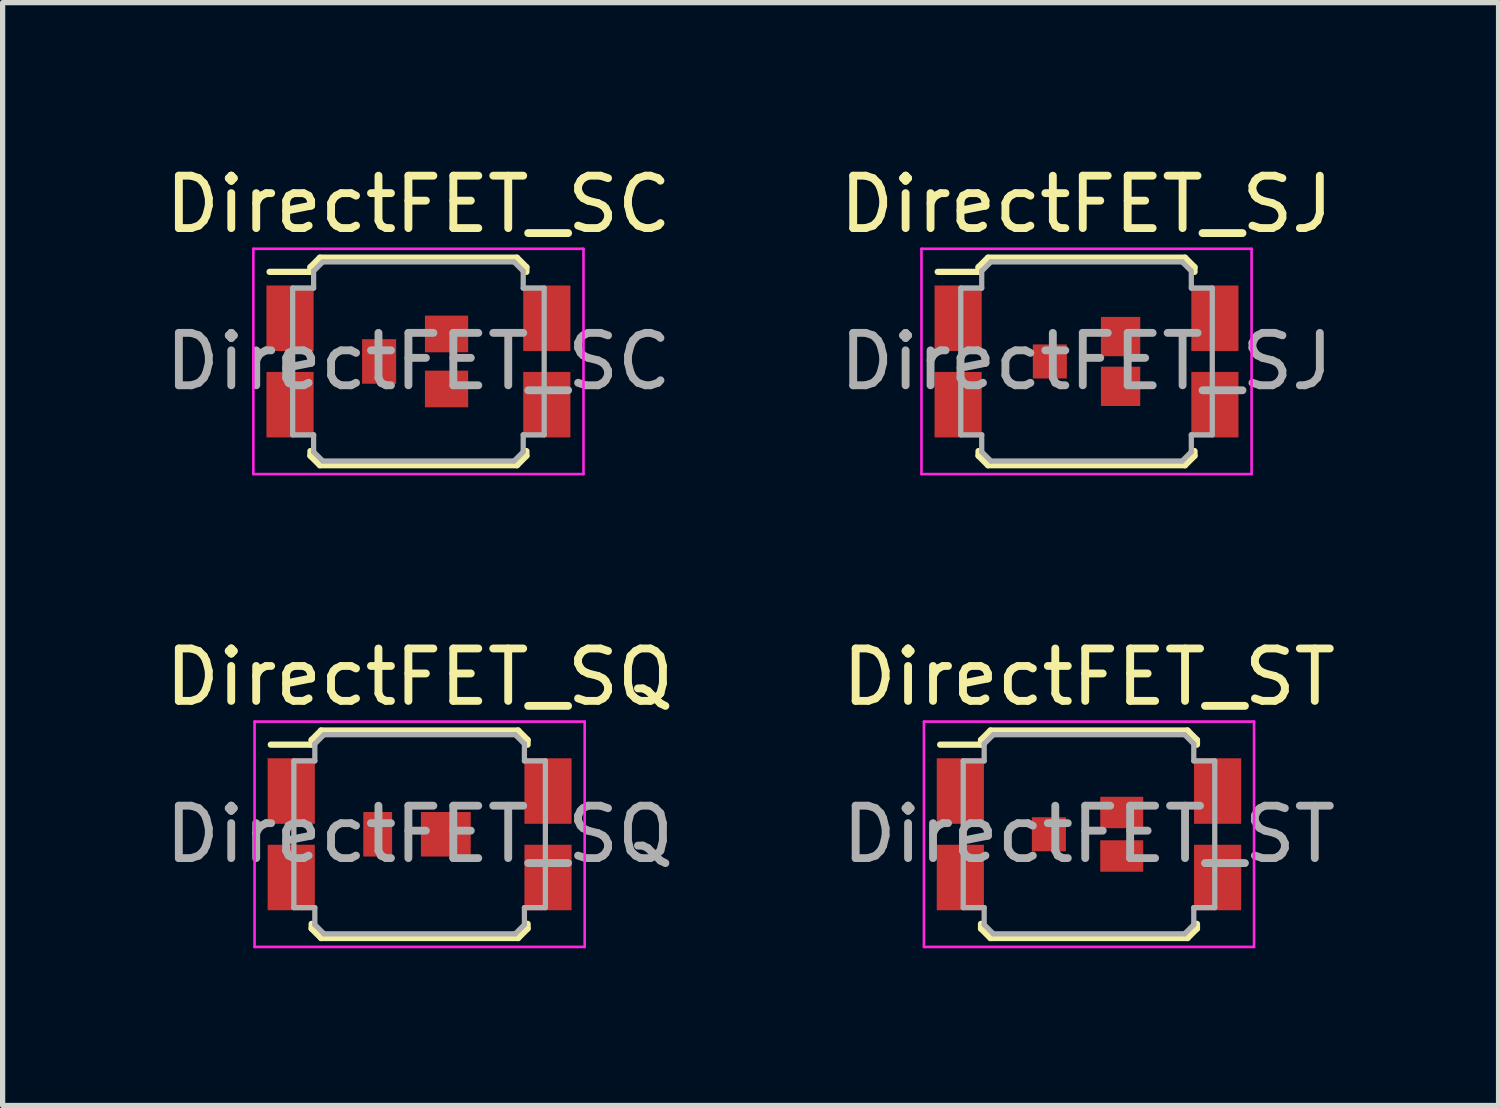
<source format=kicad_pcb>
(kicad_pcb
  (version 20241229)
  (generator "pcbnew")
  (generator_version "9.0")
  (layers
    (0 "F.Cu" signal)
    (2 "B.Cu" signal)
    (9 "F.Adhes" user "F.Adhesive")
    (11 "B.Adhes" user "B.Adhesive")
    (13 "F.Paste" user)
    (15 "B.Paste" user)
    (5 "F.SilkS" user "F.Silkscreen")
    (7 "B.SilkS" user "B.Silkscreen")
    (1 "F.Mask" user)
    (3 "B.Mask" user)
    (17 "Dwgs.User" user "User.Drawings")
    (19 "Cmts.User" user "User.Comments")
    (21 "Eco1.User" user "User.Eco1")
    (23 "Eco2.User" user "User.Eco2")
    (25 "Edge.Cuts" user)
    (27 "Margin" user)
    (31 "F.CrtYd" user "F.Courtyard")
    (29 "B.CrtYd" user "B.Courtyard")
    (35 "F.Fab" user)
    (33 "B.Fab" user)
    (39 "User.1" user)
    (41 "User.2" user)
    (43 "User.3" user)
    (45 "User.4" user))
  (footprint "DirectFET_ST"
    (layer "F.Cu")
    (at 17.732 12.871)
    (property "Reference" "DirectFET_ST" (at 0 -3 0) (layer "F.SilkS") (effects (font (size 1 1) (thickness 0.15))))
    (attr smd)
    (fp_line (start -2.84 -1.71) (end -2.06 -1.71) (stroke (width 0.12) (type solid)) (layer "F.SilkS"))
    (fp_line (start -2.06 -1.8) (end -1.88 -1.98) (stroke (width 0.12) (type solid)) (layer "F.SilkS"))
    (fp_line (start -2.06 -1.71) (end -2.06 -1.8) (stroke (width 0.12) (type solid)) (layer "F.SilkS"))
    (fp_line (start -2.06 1.71) (end -2.06 1.8) (stroke (width 0.12) (type solid)) (layer "F.SilkS"))
    (fp_line (start -2.06 1.8) (end -1.88 1.98) (stroke (width 0.12) (type solid)) (layer "F.SilkS"))
    (fp_line (start -1.88 -1.98) (end 1.88 -1.98) (stroke (width 0.12) (type solid)) (layer "F.SilkS"))
    (fp_line (start -1.88 1.98) (end 1.88 1.98) (stroke (width 0.12) (type solid)) (layer "F.SilkS"))
    (fp_line (start 2.06 -1.8) (end 1.88 -1.98) (stroke (width 0.12) (type solid)) (layer "F.SilkS"))
    (fp_line (start 2.06 -1.71) (end 2.06 -1.8) (stroke (width 0.12) (type solid)) (layer "F.SilkS"))
    (fp_line (start 2.06 1.71) (end 2.06 1.8) (stroke (width 0.12) (type solid)) (layer "F.SilkS"))
    (fp_line (start 2.06 1.8) (end 1.88 1.98) (stroke (width 0.12) (type solid)) (layer "F.SilkS"))
    (fp_line (start -3.15 -2.15) (end -3.15 2.15) (stroke (width 0.05) (type solid)) (layer "F.CrtYd"))
    (fp_line (start -3.15 -2.15) (end 3.15 -2.15) (stroke (width 0.05) (type solid)) (layer "F.CrtYd"))
    (fp_line (start -3.15 2.15) (end 3.15 2.15) (stroke (width 0.05) (type solid)) (layer "F.CrtYd"))
    (fp_line (start 3.15 -2.15) (end 3.15 2.15) (stroke (width 0.05) (type solid)) (layer "F.CrtYd"))
    (fp_line (start -2.4 -1.4) (end -2 -1.4) (stroke (width 0.1) (type solid)) (layer "F.Fab"))
    (fp_line (start -2.4 1.4) (end -2.4 -1.4) (stroke (width 0.1) (type solid)) (layer "F.Fab"))
    (fp_line (start -2.4 1.4) (end -2 1.4) (stroke (width 0.1) (type solid)) (layer "F.Fab"))
    (fp_line (start -2 -1.725) (end -1.825 -1.9) (stroke (width 0.1) (type solid)) (layer "F.Fab"))
    (fp_line (start -2 -1.4) (end -2 -1.725) (stroke (width 0.1) (type solid)) (layer "F.Fab"))
    (fp_line (start -2 1.4) (end -2 1.725) (stroke (width 0.1) (type solid)) (layer "F.Fab"))
    (fp_line (start -2 1.725) (end -1.825 1.9) (stroke (width 0.1) (type solid)) (layer "F.Fab"))
    (fp_line (start -1.825 -1.9) (end 1.825 -1.9) (stroke (width 0.1) (type solid)) (layer "F.Fab"))
    (fp_line (start -1.825 1.9) (end 1.825 1.9) (stroke (width 0.1) (type solid)) (layer "F.Fab"))
    (fp_line (start 1.825 -1.9) (end 2 -1.725) (stroke (width 0.1) (type solid)) (layer "F.Fab"))
    (fp_line (start 1.825 1.9) (end 2 1.725) (stroke (width 0.1) (type solid)) (layer "F.Fab"))
    (fp_line (start 2 -1.4) (end 2 -1.725) (stroke (width 0.1) (type solid)) (layer "F.Fab"))
    (fp_line (start 2 1.4) (end 2 1.725) (stroke (width 0.1) (type solid)) (layer "F.Fab"))
    (fp_line (start 2.4 -1.4) (end 2 -1.4) (stroke (width 0.1) (type solid)) (layer "F.Fab"))
    (fp_line (start 2.4 1.4) (end 2 1.4) (stroke (width 0.1) (type solid)) (layer "F.Fab"))
    (fp_line (start 2.4 1.4) (end 2.4 -1.4) (stroke (width 0.1) (type solid)) (layer "F.Fab"))
    (fp_text user "${REFERENCE}" (at 0 0 0) (layer "F.Fab") (effects (font (size 1 1) (thickness 0.15))))
    (pad "1" smd rect (at -2.455 -0.825) (size 0.9 1.25) (layers "F.Cu" "F.Mask" "F.Paste"))
    (pad "1" smd rect (at -2.455 0.825) (size 0.9 1.25) (layers "F.Cu" "F.Mask" "F.Paste"))
    (pad "1" smd rect (at 2.455 -0.825) (size 0.9 1.25) (layers "F.Cu" "F.Mask" "F.Paste"))
    (pad "1" smd rect (at 2.455 0.825) (size 0.9 1.25) (layers "F.Cu" "F.Mask" "F.Paste"))
    (pad "2" smd rect (at -0.765 0) (size 0.65 0.65) (layers "F.Cu" "F.Mask" "F.Paste"))
    (pad "3" smd rect (at 0.625 -0.415) (size 0.82 0.6) (layers "F.Cu" "F.Mask" "F.Paste"))
    (pad "3" smd rect (at 0.625 0.415) (size 0.82 0.6) (layers "F.Cu" "F.Mask" "F.Paste")))
  (footprint "DirectFET_SQ"
    (layer "F.Cu")
    (at 4.958 12.871)
    (property "Reference" "DirectFET_SQ" (at 0 -3 0) (layer "F.SilkS") (effects (font (size 1 1) (thickness 0.15))))
    (attr smd)
    (fp_line (start -2.84 -1.71) (end -2.06 -1.71) (stroke (width 0.12) (type solid)) (layer "F.SilkS"))
    (fp_line (start -2.06 -1.8) (end -1.88 -1.98) (stroke (width 0.12) (type solid)) (layer "F.SilkS"))
    (fp_line (start -2.06 -1.71) (end -2.06 -1.8) (stroke (width 0.12) (type solid)) (layer "F.SilkS"))
    (fp_line (start -2.06 1.71) (end -2.06 1.8) (stroke (width 0.12) (type solid)) (layer "F.SilkS"))
    (fp_line (start -2.06 1.8) (end -1.88 1.98) (stroke (width 0.12) (type solid)) (layer "F.SilkS"))
    (fp_line (start -1.88 -1.98) (end 1.88 -1.98) (stroke (width 0.12) (type solid)) (layer "F.SilkS"))
    (fp_line (start -1.88 1.98) (end 1.88 1.98) (stroke (width 0.12) (type solid)) (layer "F.SilkS"))
    (fp_line (start 2.06 -1.8) (end 1.88 -1.98) (stroke (width 0.12) (type solid)) (layer "F.SilkS"))
    (fp_line (start 2.06 -1.71) (end 2.06 -1.8) (stroke (width 0.12) (type solid)) (layer "F.SilkS"))
    (fp_line (start 2.06 1.71) (end 2.06 1.8) (stroke (width 0.12) (type solid)) (layer "F.SilkS"))
    (fp_line (start 2.06 1.8) (end 1.88 1.98) (stroke (width 0.12) (type solid)) (layer "F.SilkS"))
    (fp_line (start -3.15 -2.15) (end -3.15 2.15) (stroke (width 0.05) (type solid)) (layer "F.CrtYd"))
    (fp_line (start -3.15 -2.15) (end 3.15 -2.15) (stroke (width 0.05) (type solid)) (layer "F.CrtYd"))
    (fp_line (start -3.15 2.15) (end 3.15 2.15) (stroke (width 0.05) (type solid)) (layer "F.CrtYd"))
    (fp_line (start 3.15 -2.15) (end 3.15 2.15) (stroke (width 0.05) (type solid)) (layer "F.CrtYd"))
    (fp_line (start -2.4 -1.4) (end -2 -1.4) (stroke (width 0.1) (type solid)) (layer "F.Fab"))
    (fp_line (start -2.4 1.4) (end -2.4 -1.4) (stroke (width 0.1) (type solid)) (layer "F.Fab"))
    (fp_line (start -2.4 1.4) (end -2 1.4) (stroke (width 0.1) (type solid)) (layer "F.Fab"))
    (fp_line (start -2 -1.725) (end -1.825 -1.9) (stroke (width 0.1) (type solid)) (layer "F.Fab"))
    (fp_line (start -2 -1.4) (end -2 -1.725) (stroke (width 0.1) (type solid)) (layer "F.Fab"))
    (fp_line (start -2 1.4) (end -2 1.725) (stroke (width 0.1) (type solid)) (layer "F.Fab"))
    (fp_line (start -2 1.725) (end -1.825 1.9) (stroke (width 0.1) (type solid)) (layer "F.Fab"))
    (fp_line (start -1.825 -1.9) (end 1.825 -1.9) (stroke (width 0.1) (type solid)) (layer "F.Fab"))
    (fp_line (start -1.825 1.9) (end 1.825 1.9) (stroke (width 0.1) (type solid)) (layer "F.Fab"))
    (fp_line (start 1.825 -1.9) (end 2 -1.725) (stroke (width 0.1) (type solid)) (layer "F.Fab"))
    (fp_line (start 1.825 1.9) (end 2 1.725) (stroke (width 0.1) (type solid)) (layer "F.Fab"))
    (fp_line (start 2 -1.4) (end 2 -1.725) (stroke (width 0.1) (type solid)) (layer "F.Fab"))
    (fp_line (start 2 1.4) (end 2 1.725) (stroke (width 0.1) (type solid)) (layer "F.Fab"))
    (fp_line (start 2.4 -1.4) (end 2 -1.4) (stroke (width 0.1) (type solid)) (layer "F.Fab"))
    (fp_line (start 2.4 1.4) (end 2 1.4) (stroke (width 0.1) (type solid)) (layer "F.Fab"))
    (fp_line (start 2.4 1.4) (end 2.4 -1.4) (stroke (width 0.1) (type solid)) (layer "F.Fab"))
    (fp_text user "${REFERENCE}" (at 0 0 0) (layer "F.Fab") (effects (font (size 1 1) (thickness 0.15))))
    (pad "1" smd rect (at -2.45 -0.825) (size 0.9 1.25) (layers "F.Cu" "F.Mask" "F.Paste"))
    (pad "1" smd rect (at -2.45 0.825) (size 0.9 1.25) (layers "F.Cu" "F.Mask" "F.Paste"))
    (pad "1" smd rect (at 2.45 -0.825) (size 0.9 1.25) (layers "F.Cu" "F.Mask" "F.Paste"))
    (pad "1" smd rect (at 2.45 0.825) (size 0.9 1.25) (layers "F.Cu" "F.Mask" "F.Paste"))
    (pad "2" smd rect (at -0.8 0) (size 0.55 0.85) (layers "F.Cu" "F.Mask" "F.Paste"))
    (pad "3" smd rect (at 0.5 0) (size 0.95 0.85) (layers "F.Cu" "F.Mask" "F.Paste")))
  (footprint "DirectFET_SJ"
    (layer "F.Cu")
    (at 17.685 3.848)
    (property "Reference" "DirectFET_SJ" (at 0 -3 0) (layer "F.SilkS") (effects (font (size 1 1) (thickness 0.15))))
    (attr smd)
    (fp_line (start -2.84 -1.71) (end -2.06 -1.71) (stroke (width 0.12) (type solid)) (layer "F.SilkS"))
    (fp_line (start -2.06 -1.8) (end -1.88 -1.98) (stroke (width 0.12) (type solid)) (layer "F.SilkS"))
    (fp_line (start -2.06 -1.71) (end -2.06 -1.8) (stroke (width 0.12) (type solid)) (layer "F.SilkS"))
    (fp_line (start -2.06 1.71) (end -2.06 1.8) (stroke (width 0.12) (type solid)) (layer "F.SilkS"))
    (fp_line (start -2.06 1.8) (end -1.88 1.98) (stroke (width 0.12) (type solid)) (layer "F.SilkS"))
    (fp_line (start -1.88 -1.98) (end 1.88 -1.98) (stroke (width 0.12) (type solid)) (layer "F.SilkS"))
    (fp_line (start -1.88 1.98) (end 1.88 1.98) (stroke (width 0.12) (type solid)) (layer "F.SilkS"))
    (fp_line (start 2.06 -1.8) (end 1.88 -1.98) (stroke (width 0.12) (type solid)) (layer "F.SilkS"))
    (fp_line (start 2.06 -1.71) (end 2.06 -1.8) (stroke (width 0.12) (type solid)) (layer "F.SilkS"))
    (fp_line (start 2.06 1.71) (end 2.06 1.8) (stroke (width 0.12) (type solid)) (layer "F.SilkS"))
    (fp_line (start 2.06 1.8) (end 1.88 1.98) (stroke (width 0.12) (type solid)) (layer "F.SilkS"))
    (fp_line (start -3.15 -2.15) (end -3.15 2.15) (stroke (width 0.05) (type solid)) (layer "F.CrtYd"))
    (fp_line (start -3.15 -2.15) (end 3.15 -2.15) (stroke (width 0.05) (type solid)) (layer "F.CrtYd"))
    (fp_line (start -3.15 2.15) (end 3.15 2.15) (stroke (width 0.05) (type solid)) (layer "F.CrtYd"))
    (fp_line (start 3.15 -2.15) (end 3.15 2.15) (stroke (width 0.05) (type solid)) (layer "F.CrtYd"))
    (fp_line (start -2.4 -1.4) (end -2 -1.4) (stroke (width 0.1) (type solid)) (layer "F.Fab"))
    (fp_line (start -2.4 1.4) (end -2.4 -1.4) (stroke (width 0.1) (type solid)) (layer "F.Fab"))
    (fp_line (start -2.4 1.4) (end -2 1.4) (stroke (width 0.1) (type solid)) (layer "F.Fab"))
    (fp_line (start -2 -1.725) (end -1.825 -1.9) (stroke (width 0.1) (type solid)) (layer "F.Fab"))
    (fp_line (start -2 -1.4) (end -2 -1.725) (stroke (width 0.1) (type solid)) (layer "F.Fab"))
    (fp_line (start -2 1.4) (end -2 1.725) (stroke (width 0.1) (type solid)) (layer "F.Fab"))
    (fp_line (start -2 1.725) (end -1.825 1.9) (stroke (width 0.1) (type solid)) (layer "F.Fab"))
    (fp_line (start -1.825 -1.9) (end 1.825 -1.9) (stroke (width 0.1) (type solid)) (layer "F.Fab"))
    (fp_line (start -1.825 1.9) (end 1.825 1.9) (stroke (width 0.1) (type solid)) (layer "F.Fab"))
    (fp_line (start 1.825 -1.9) (end 2 -1.725) (stroke (width 0.1) (type solid)) (layer "F.Fab"))
    (fp_line (start 1.825 1.9) (end 2 1.725) (stroke (width 0.1) (type solid)) (layer "F.Fab"))
    (fp_line (start 2 -1.4) (end 2 -1.725) (stroke (width 0.1) (type solid)) (layer "F.Fab"))
    (fp_line (start 2 1.4) (end 2 1.725) (stroke (width 0.1) (type solid)) (layer "F.Fab"))
    (fp_line (start 2.4 -1.4) (end 2 -1.4) (stroke (width 0.1) (type solid)) (layer "F.Fab"))
    (fp_line (start 2.4 1.4) (end 2 1.4) (stroke (width 0.1) (type solid)) (layer "F.Fab"))
    (fp_line (start 2.4 1.4) (end 2.4 -1.4) (stroke (width 0.1) (type solid)) (layer "F.Fab"))
    (fp_text user "${REFERENCE}" (at 0 0 0) (layer "F.Fab") (effects (font (size 1 1) (thickness 0.15))))
    (pad "1" smd rect (at -2.45 -0.825) (size 0.9 1.25) (layers "F.Cu" "F.Mask" "F.Paste"))
    (pad "1" smd rect (at -2.45 0.825) (size 0.9 1.25) (layers "F.Cu" "F.Mask" "F.Paste"))
    (pad "1" smd rect (at 2.45 -0.825) (size 0.9 1.25) (layers "F.Cu" "F.Mask" "F.Paste"))
    (pad "1" smd rect (at 2.45 0.825) (size 0.9 1.25) (layers "F.Cu" "F.Mask" "F.Paste"))
    (pad "2" smd rect (at -0.7 0) (size 0.65 0.65) (layers "F.Cu" "F.Mask" "F.Paste"))
    (pad "3" smd rect (at 0.65 -0.475) (size 0.75 0.75) (layers "F.Cu" "F.Mask" "F.Paste"))
    (pad "3" smd rect (at 0.65 0.475) (size 0.75 0.75) (layers "F.Cu" "F.Mask" "F.Paste")))
  (footprint "DirectFET_SC"
    (layer "F.Cu")
    (at 4.935 3.848)
    (property "Reference" "DirectFET_SC" (at 0 -3 0) (layer "F.SilkS") (effects (font (size 1 1) (thickness 0.15))))
    (attr smd)
    (fp_line (start -2.84 -1.71) (end -2.06 -1.71) (stroke (width 0.12) (type solid)) (layer "F.SilkS"))
    (fp_line (start -2.06 -1.8) (end -1.88 -1.98) (stroke (width 0.12) (type solid)) (layer "F.SilkS"))
    (fp_line (start -2.06 -1.71) (end -2.06 -1.8) (stroke (width 0.12) (type solid)) (layer "F.SilkS"))
    (fp_line (start -2.06 1.71) (end -2.06 1.8) (stroke (width 0.12) (type solid)) (layer "F.SilkS"))
    (fp_line (start -2.06 1.8) (end -1.88 1.98) (stroke (width 0.12) (type solid)) (layer "F.SilkS"))
    (fp_line (start -1.88 -1.98) (end 1.88 -1.98) (stroke (width 0.12) (type solid)) (layer "F.SilkS"))
    (fp_line (start -1.88 1.98) (end 1.88 1.98) (stroke (width 0.12) (type solid)) (layer "F.SilkS"))
    (fp_line (start 2.06 -1.8) (end 1.88 -1.98) (stroke (width 0.12) (type solid)) (layer "F.SilkS"))
    (fp_line (start 2.06 -1.71) (end 2.06 -1.8) (stroke (width 0.12) (type solid)) (layer "F.SilkS"))
    (fp_line (start 2.06 1.71) (end 2.06 1.8) (stroke (width 0.12) (type solid)) (layer "F.SilkS"))
    (fp_line (start 2.06 1.8) (end 1.88 1.98) (stroke (width 0.12) (type solid)) (layer "F.SilkS"))
    (fp_line (start -3.15 -2.15) (end -3.15 2.15) (stroke (width 0.05) (type solid)) (layer "F.CrtYd"))
    (fp_line (start -3.15 -2.15) (end 3.15 -2.15) (stroke (width 0.05) (type solid)) (layer "F.CrtYd"))
    (fp_line (start -3.15 2.15) (end 3.15 2.15) (stroke (width 0.05) (type solid)) (layer "F.CrtYd"))
    (fp_line (start 3.15 -2.15) (end 3.15 2.15) (stroke (width 0.05) (type solid)) (layer "F.CrtYd"))
    (fp_line (start -2.4 -1.4) (end -2 -1.4) (stroke (width 0.1) (type solid)) (layer "F.Fab"))
    (fp_line (start -2.4 1.4) (end -2.4 -1.4) (stroke (width 0.1) (type solid)) (layer "F.Fab"))
    (fp_line (start -2.4 1.4) (end -2 1.4) (stroke (width 0.1) (type solid)) (layer "F.Fab"))
    (fp_line (start -2 -1.725) (end -1.825 -1.9) (stroke (width 0.1) (type solid)) (layer "F.Fab"))
    (fp_line (start -2 -1.4) (end -2 -1.725) (stroke (width 0.1) (type solid)) (layer "F.Fab"))
    (fp_line (start -2 1.4) (end -2 1.725) (stroke (width 0.1) (type solid)) (layer "F.Fab"))
    (fp_line (start -2 1.725) (end -1.825 1.9) (stroke (width 0.1) (type solid)) (layer "F.Fab"))
    (fp_line (start -1.825 -1.9) (end 1.825 -1.9) (stroke (width 0.1) (type solid)) (layer "F.Fab"))
    (fp_line (start -1.825 1.9) (end 1.825 1.9) (stroke (width 0.1) (type solid)) (layer "F.Fab"))
    (fp_line (start 1.825 -1.9) (end 2 -1.725) (stroke (width 0.1) (type solid)) (layer "F.Fab"))
    (fp_line (start 1.825 1.9) (end 2 1.725) (stroke (width 0.1) (type solid)) (layer "F.Fab"))
    (fp_line (start 2 -1.4) (end 2 -1.725) (stroke (width 0.1) (type solid)) (layer "F.Fab"))
    (fp_line (start 2 1.4) (end 2 1.725) (stroke (width 0.1) (type solid)) (layer "F.Fab"))
    (fp_line (start 2.4 -1.4) (end 2 -1.4) (stroke (width 0.1) (type solid)) (layer "F.Fab"))
    (fp_line (start 2.4 1.4) (end 2 1.4) (stroke (width 0.1) (type solid)) (layer "F.Fab"))
    (fp_line (start 2.4 1.4) (end 2.4 -1.4) (stroke (width 0.1) (type solid)) (layer "F.Fab"))
    (fp_text user "${REFERENCE}" (at 0 0 0) (layer "F.Fab") (effects (font (size 1 1) (thickness 0.15))))
    (pad "1" smd rect (at -2.45 -0.825) (size 0.9 1.25) (layers "F.Cu" "F.Mask" "F.Paste"))
    (pad "1" smd rect (at -2.45 0.825) (size 0.9 1.25) (layers "F.Cu" "F.Mask" "F.Paste"))
    (pad "1" smd rect (at 2.45 -0.825) (size 0.9 1.25) (layers "F.Cu" "F.Mask" "F.Paste"))
    (pad "1" smd rect (at 2.45 0.825) (size 0.9 1.25) (layers "F.Cu" "F.Mask" "F.Paste"))
    (pad "2" smd rect (at -0.75 0) (size 0.65 0.85) (layers "F.Cu" "F.Mask" "F.Paste"))
    (pad "3" smd rect (at 0.537 -0.525) (size 0.825 0.7) (layers "F.Cu" "F.Mask" "F.Paste"))
    (pad "3" smd rect (at 0.537 0.525) (size 0.825 0.7) (layers "F.Cu" "F.Mask" "F.Paste")))
  (gr_rect
    (start -3 -3)
    (end 25.548 18.047)
    (stroke (width 0.1) (type default))
    (fill no)
    (layer "Edge.Cuts")))
</source>
